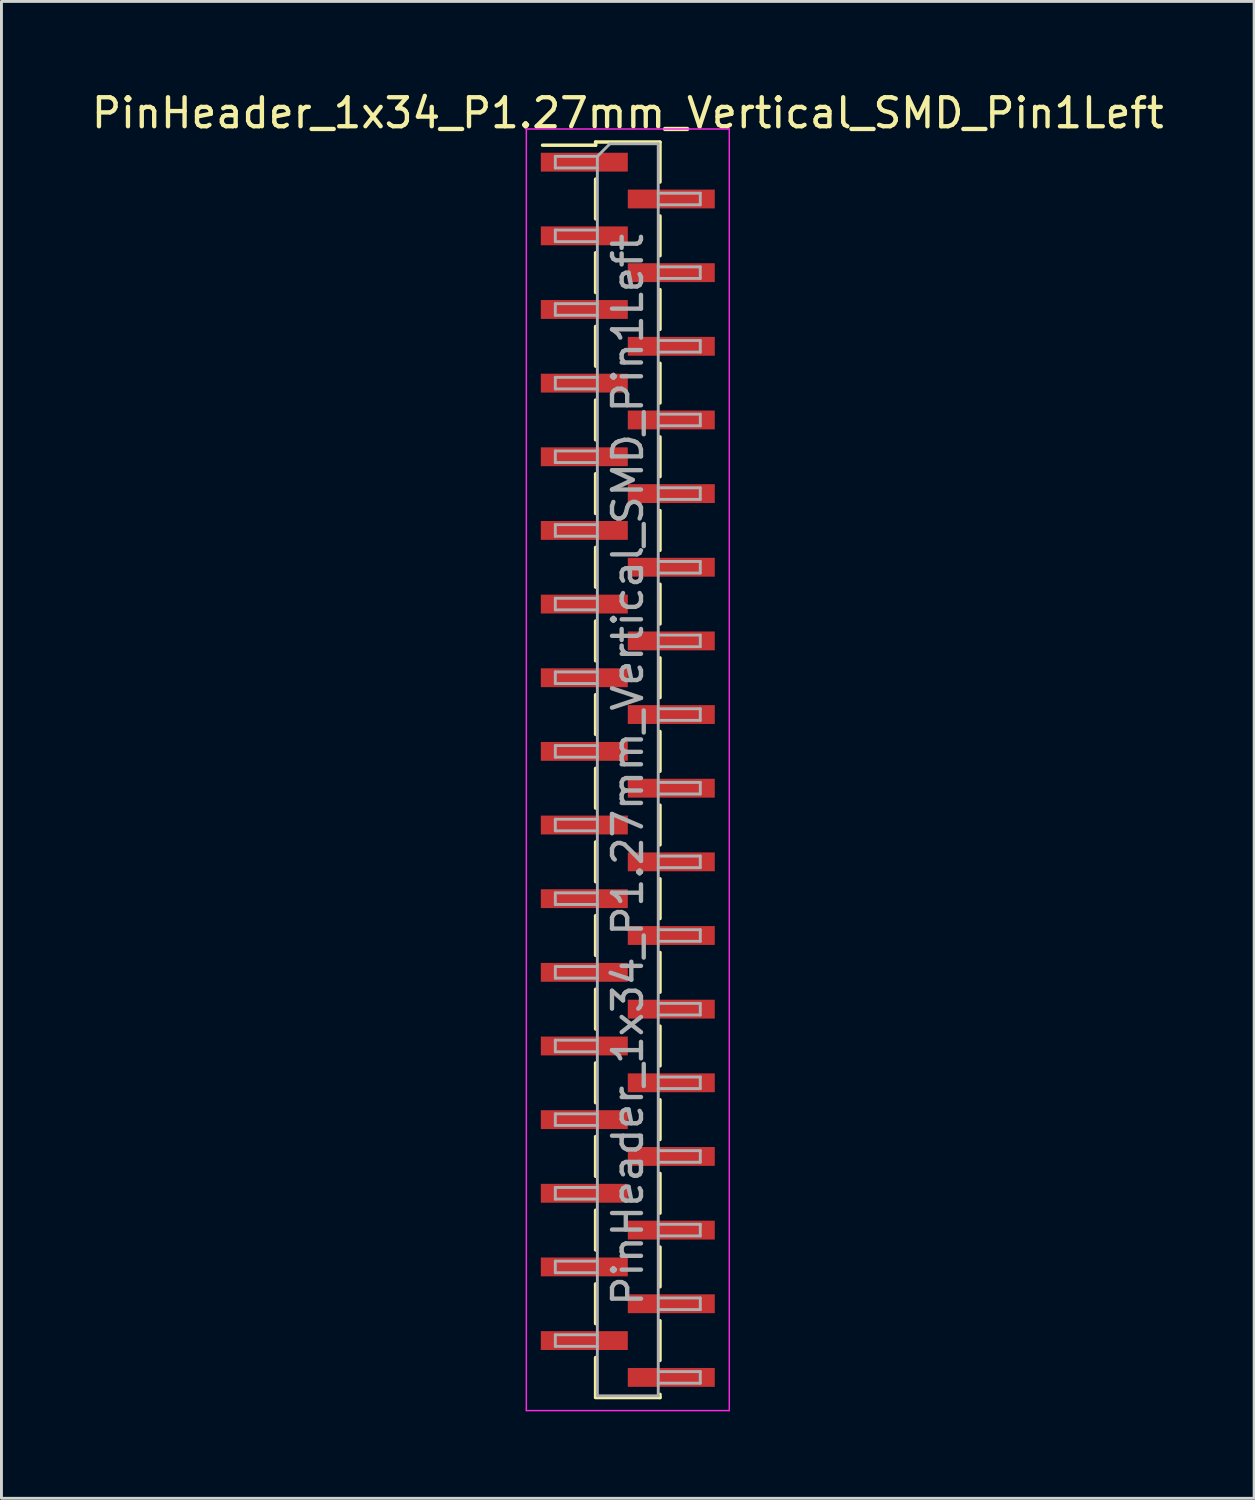
<source format=kicad_pcb>
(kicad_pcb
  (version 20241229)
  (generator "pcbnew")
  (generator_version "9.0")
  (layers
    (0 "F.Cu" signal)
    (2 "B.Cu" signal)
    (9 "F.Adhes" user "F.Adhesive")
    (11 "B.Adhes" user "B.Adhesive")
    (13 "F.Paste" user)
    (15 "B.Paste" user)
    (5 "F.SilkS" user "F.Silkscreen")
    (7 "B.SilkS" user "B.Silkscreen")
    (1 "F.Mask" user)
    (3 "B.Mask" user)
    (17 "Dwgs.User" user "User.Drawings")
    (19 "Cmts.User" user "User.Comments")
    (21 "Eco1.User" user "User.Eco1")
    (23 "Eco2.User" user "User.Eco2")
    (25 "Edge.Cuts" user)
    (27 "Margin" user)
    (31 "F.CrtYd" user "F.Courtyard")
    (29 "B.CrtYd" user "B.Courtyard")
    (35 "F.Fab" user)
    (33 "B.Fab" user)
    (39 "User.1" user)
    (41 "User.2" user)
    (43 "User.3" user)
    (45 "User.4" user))
  (footprint "PinHeader_1x34_P1.27mm_Vertical_SMD_Pin1Left"
    (layer "F.Cu")
    (at 18.601 23.498)
    (property "Reference" "PinHeader_1x34_P1.27mm_Vertical_SMD_Pin1Left" (at 0 -22.65 0) (layer "F.SilkS") (effects (font (size 1 1) (thickness 0.15))))
    (attr smd)
    (fp_line (start -1.11 -21.65) (end -1.11 -21.54) (stroke (width 0.12) (type solid)) (layer "F.SilkS"))
    (fp_line (start -1.11 -21.65) (end 1.11 -21.65) (stroke (width 0.12) (type solid)) (layer "F.SilkS"))
    (fp_line (start -1.11 -21.54) (end -2.94 -21.54) (stroke (width 0.12) (type solid)) (layer "F.SilkS"))
    (fp_line (start -1.11 -20.37) (end -1.11 -19) (stroke (width 0.12) (type solid)) (layer "F.SilkS"))
    (fp_line (start -1.11 -17.83) (end -1.11 -16.46) (stroke (width 0.12) (type solid)) (layer "F.SilkS"))
    (fp_line (start -1.11 -15.29) (end -1.11 -13.92) (stroke (width 0.12) (type solid)) (layer "F.SilkS"))
    (fp_line (start -1.11 -12.75) (end -1.11 -11.38) (stroke (width 0.12) (type solid)) (layer "F.SilkS"))
    (fp_line (start -1.11 -10.21) (end -1.11 -8.84) (stroke (width 0.12) (type solid)) (layer "F.SilkS"))
    (fp_line (start -1.11 -7.67) (end -1.11 -6.3) (stroke (width 0.12) (type solid)) (layer "F.SilkS"))
    (fp_line (start -1.11 -5.13) (end -1.11 -3.76) (stroke (width 0.12) (type solid)) (layer "F.SilkS"))
    (fp_line (start -1.11 -2.59) (end -1.11 -1.22) (stroke (width 0.12) (type solid)) (layer "F.SilkS"))
    (fp_line (start -1.11 -0.05) (end -1.11 1.32) (stroke (width 0.12) (type solid)) (layer "F.SilkS"))
    (fp_line (start -1.11 2.49) (end -1.11 3.86) (stroke (width 0.12) (type solid)) (layer "F.SilkS"))
    (fp_line (start -1.11 5.03) (end -1.11 6.4) (stroke (width 0.12) (type solid)) (layer "F.SilkS"))
    (fp_line (start -1.11 7.57) (end -1.11 8.94) (stroke (width 0.12) (type solid)) (layer "F.SilkS"))
    (fp_line (start -1.11 10.11) (end -1.11 11.48) (stroke (width 0.12) (type solid)) (layer "F.SilkS"))
    (fp_line (start -1.11 12.65) (end -1.11 14.02) (stroke (width 0.12) (type solid)) (layer "F.SilkS"))
    (fp_line (start -1.11 15.19) (end -1.11 16.56) (stroke (width 0.12) (type solid)) (layer "F.SilkS"))
    (fp_line (start -1.11 17.73) (end -1.11 19.1) (stroke (width 0.12) (type solid)) (layer "F.SilkS"))
    (fp_line (start -1.11 20.27) (end -1.11 21.64) (stroke (width 0.12) (type solid)) (layer "F.SilkS"))
    (fp_line (start -1.11 21.65) (end 1.11 21.65) (stroke (width 0.12) (type solid)) (layer "F.SilkS"))
    (fp_line (start 1.11 -21.64) (end 1.11 -20.27) (stroke (width 0.12) (type solid)) (layer "F.SilkS"))
    (fp_line (start 1.11 -19.1) (end 1.11 -17.73) (stroke (width 0.12) (type solid)) (layer "F.SilkS"))
    (fp_line (start 1.11 -16.56) (end 1.11 -15.19) (stroke (width 0.12) (type solid)) (layer "F.SilkS"))
    (fp_line (start 1.11 -14.02) (end 1.11 -12.65) (stroke (width 0.12) (type solid)) (layer "F.SilkS"))
    (fp_line (start 1.11 -11.48) (end 1.11 -10.11) (stroke (width 0.12) (type solid)) (layer "F.SilkS"))
    (fp_line (start 1.11 -8.94) (end 1.11 -7.57) (stroke (width 0.12) (type solid)) (layer "F.SilkS"))
    (fp_line (start 1.11 -6.4) (end 1.11 -5.03) (stroke (width 0.12) (type solid)) (layer "F.SilkS"))
    (fp_line (start 1.11 -3.86) (end 1.11 -2.49) (stroke (width 0.12) (type solid)) (layer "F.SilkS"))
    (fp_line (start 1.11 -1.32) (end 1.11 0.05) (stroke (width 0.12) (type solid)) (layer "F.SilkS"))
    (fp_line (start 1.11 1.22) (end 1.11 2.59) (stroke (width 0.12) (type solid)) (layer "F.SilkS"))
    (fp_line (start 1.11 3.76) (end 1.11 5.13) (stroke (width 0.12) (type solid)) (layer "F.SilkS"))
    (fp_line (start 1.11 6.3) (end 1.11 7.67) (stroke (width 0.12) (type solid)) (layer "F.SilkS"))
    (fp_line (start 1.11 8.84) (end 1.11 10.21) (stroke (width 0.12) (type solid)) (layer "F.SilkS"))
    (fp_line (start 1.11 11.38) (end 1.11 12.75) (stroke (width 0.12) (type solid)) (layer "F.SilkS"))
    (fp_line (start 1.11 13.92) (end 1.11 15.29) (stroke (width 0.12) (type solid)) (layer "F.SilkS"))
    (fp_line (start 1.11 16.46) (end 1.11 17.83) (stroke (width 0.12) (type solid)) (layer "F.SilkS"))
    (fp_line (start 1.11 19) (end 1.11 20.37) (stroke (width 0.12) (type solid)) (layer "F.SilkS"))
    (fp_line (start 1.11 21.54) (end 1.11 21.65) (stroke (width 0.12) (type solid)) (layer "F.SilkS"))
    (fp_line (start -3.5 -22.1) (end -3.5 22.1) (stroke (width 0.05) (type solid)) (layer "F.CrtYd"))
    (fp_line (start -3.5 22.1) (end 3.5 22.1) (stroke (width 0.05) (type solid)) (layer "F.CrtYd"))
    (fp_line (start 3.5 -22.1) (end -3.5 -22.1) (stroke (width 0.05) (type solid)) (layer "F.CrtYd"))
    (fp_line (start 3.5 22.1) (end 3.5 -22.1) (stroke (width 0.05) (type solid)) (layer "F.CrtYd"))
    (fp_line (start -2.5 -21.155) (end -2.5 -20.755) (stroke (width 0.1) (type solid)) (layer "F.Fab"))
    (fp_line (start -2.5 -20.755) (end -1.05 -20.755) (stroke (width 0.1) (type solid)) (layer "F.Fab"))
    (fp_line (start -2.5 -18.615) (end -2.5 -18.215) (stroke (width 0.1) (type solid)) (layer "F.Fab"))
    (fp_line (start -2.5 -18.215) (end -1.05 -18.215) (stroke (width 0.1) (type solid)) (layer "F.Fab"))
    (fp_line (start -2.5 -16.075) (end -2.5 -15.675) (stroke (width 0.1) (type solid)) (layer "F.Fab"))
    (fp_line (start -2.5 -15.675) (end -1.05 -15.675) (stroke (width 0.1) (type solid)) (layer "F.Fab"))
    (fp_line (start -2.5 -13.535) (end -2.5 -13.135) (stroke (width 0.1) (type solid)) (layer "F.Fab"))
    (fp_line (start -2.5 -13.135) (end -1.05 -13.135) (stroke (width 0.1) (type solid)) (layer "F.Fab"))
    (fp_line (start -2.5 -10.995) (end -2.5 -10.595) (stroke (width 0.1) (type solid)) (layer "F.Fab"))
    (fp_line (start -2.5 -10.595) (end -1.05 -10.595) (stroke (width 0.1) (type solid)) (layer "F.Fab"))
    (fp_line (start -2.5 -8.455) (end -2.5 -8.055) (stroke (width 0.1) (type solid)) (layer "F.Fab"))
    (fp_line (start -2.5 -8.055) (end -1.05 -8.055) (stroke (width 0.1) (type solid)) (layer "F.Fab"))
    (fp_line (start -2.5 -5.915) (end -2.5 -5.515) (stroke (width 0.1) (type solid)) (layer "F.Fab"))
    (fp_line (start -2.5 -5.515) (end -1.05 -5.515) (stroke (width 0.1) (type solid)) (layer "F.Fab"))
    (fp_line (start -2.5 -3.375) (end -2.5 -2.975) (stroke (width 0.1) (type solid)) (layer "F.Fab"))
    (fp_line (start -2.5 -2.975) (end -1.05 -2.975) (stroke (width 0.1) (type solid)) (layer "F.Fab"))
    (fp_line (start -2.5 -0.835) (end -2.5 -0.435) (stroke (width 0.1) (type solid)) (layer "F.Fab"))
    (fp_line (start -2.5 -0.435) (end -1.05 -0.435) (stroke (width 0.1) (type solid)) (layer "F.Fab"))
    (fp_line (start -2.5 1.705) (end -2.5 2.105) (stroke (width 0.1) (type solid)) (layer "F.Fab"))
    (fp_line (start -2.5 2.105) (end -1.05 2.105) (stroke (width 0.1) (type solid)) (layer "F.Fab"))
    (fp_line (start -2.5 4.245) (end -2.5 4.645) (stroke (width 0.1) (type solid)) (layer "F.Fab"))
    (fp_line (start -2.5 4.645) (end -1.05 4.645) (stroke (width 0.1) (type solid)) (layer "F.Fab"))
    (fp_line (start -2.5 6.785) (end -2.5 7.185) (stroke (width 0.1) (type solid)) (layer "F.Fab"))
    (fp_line (start -2.5 7.185) (end -1.05 7.185) (stroke (width 0.1) (type solid)) (layer "F.Fab"))
    (fp_line (start -2.5 9.325) (end -2.5 9.725) (stroke (width 0.1) (type solid)) (layer "F.Fab"))
    (fp_line (start -2.5 9.725) (end -1.05 9.725) (stroke (width 0.1) (type solid)) (layer "F.Fab"))
    (fp_line (start -2.5 11.865) (end -2.5 12.265) (stroke (width 0.1) (type solid)) (layer "F.Fab"))
    (fp_line (start -2.5 12.265) (end -1.05 12.265) (stroke (width 0.1) (type solid)) (layer "F.Fab"))
    (fp_line (start -2.5 14.405) (end -2.5 14.805) (stroke (width 0.1) (type solid)) (layer "F.Fab"))
    (fp_line (start -2.5 14.805) (end -1.05 14.805) (stroke (width 0.1) (type solid)) (layer "F.Fab"))
    (fp_line (start -2.5 16.945) (end -2.5 17.345) (stroke (width 0.1) (type solid)) (layer "F.Fab"))
    (fp_line (start -2.5 17.345) (end -1.05 17.345) (stroke (width 0.1) (type solid)) (layer "F.Fab"))
    (fp_line (start -2.5 19.485) (end -2.5 19.885) (stroke (width 0.1) (type solid)) (layer "F.Fab"))
    (fp_line (start -2.5 19.885) (end -1.05 19.885) (stroke (width 0.1) (type solid)) (layer "F.Fab"))
    (fp_line (start -1.05 -21.155) (end -2.5 -21.155) (stroke (width 0.1) (type solid)) (layer "F.Fab"))
    (fp_line (start -1.05 -21.155) (end -0.615 -21.59) (stroke (width 0.1) (type solid)) (layer "F.Fab"))
    (fp_line (start -1.05 -18.615) (end -2.5 -18.615) (stroke (width 0.1) (type solid)) (layer "F.Fab"))
    (fp_line (start -1.05 -16.075) (end -2.5 -16.075) (stroke (width 0.1) (type solid)) (layer "F.Fab"))
    (fp_line (start -1.05 -13.535) (end -2.5 -13.535) (stroke (width 0.1) (type solid)) (layer "F.Fab"))
    (fp_line (start -1.05 -10.995) (end -2.5 -10.995) (stroke (width 0.1) (type solid)) (layer "F.Fab"))
    (fp_line (start -1.05 -8.455) (end -2.5 -8.455) (stroke (width 0.1) (type solid)) (layer "F.Fab"))
    (fp_line (start -1.05 -5.915) (end -2.5 -5.915) (stroke (width 0.1) (type solid)) (layer "F.Fab"))
    (fp_line (start -1.05 -3.375) (end -2.5 -3.375) (stroke (width 0.1) (type solid)) (layer "F.Fab"))
    (fp_line (start -1.05 -0.835) (end -2.5 -0.835) (stroke (width 0.1) (type solid)) (layer "F.Fab"))
    (fp_line (start -1.05 1.705) (end -2.5 1.705) (stroke (width 0.1) (type solid)) (layer "F.Fab"))
    (fp_line (start -1.05 4.245) (end -2.5 4.245) (stroke (width 0.1) (type solid)) (layer "F.Fab"))
    (fp_line (start -1.05 6.785) (end -2.5 6.785) (stroke (width 0.1) (type solid)) (layer "F.Fab"))
    (fp_line (start -1.05 9.325) (end -2.5 9.325) (stroke (width 0.1) (type solid)) (layer "F.Fab"))
    (fp_line (start -1.05 11.865) (end -2.5 11.865) (stroke (width 0.1) (type solid)) (layer "F.Fab"))
    (fp_line (start -1.05 14.405) (end -2.5 14.405) (stroke (width 0.1) (type solid)) (layer "F.Fab"))
    (fp_line (start -1.05 16.945) (end -2.5 16.945) (stroke (width 0.1) (type solid)) (layer "F.Fab"))
    (fp_line (start -1.05 19.485) (end -2.5 19.485) (stroke (width 0.1) (type solid)) (layer "F.Fab"))
    (fp_line (start -1.05 21.59) (end -1.05 -21.155) (stroke (width 0.1) (type solid)) (layer "F.Fab"))
    (fp_line (start -0.615 -21.59) (end 1.05 -21.59) (stroke (width 0.1) (type solid)) (layer "F.Fab"))
    (fp_line (start 1.05 -21.59) (end 1.05 21.59) (stroke (width 0.1) (type solid)) (layer "F.Fab"))
    (fp_line (start 1.05 -19.885) (end 2.5 -19.885) (stroke (width 0.1) (type solid)) (layer "F.Fab"))
    (fp_line (start 1.05 -17.345) (end 2.5 -17.345) (stroke (width 0.1) (type solid)) (layer "F.Fab"))
    (fp_line (start 1.05 -14.805) (end 2.5 -14.805) (stroke (width 0.1) (type solid)) (layer "F.Fab"))
    (fp_line (start 1.05 -12.265) (end 2.5 -12.265) (stroke (width 0.1) (type solid)) (layer "F.Fab"))
    (fp_line (start 1.05 -9.725) (end 2.5 -9.725) (stroke (width 0.1) (type solid)) (layer "F.Fab"))
    (fp_line (start 1.05 -7.185) (end 2.5 -7.185) (stroke (width 0.1) (type solid)) (layer "F.Fab"))
    (fp_line (start 1.05 -4.645) (end 2.5 -4.645) (stroke (width 0.1) (type solid)) (layer "F.Fab"))
    (fp_line (start 1.05 -2.105) (end 2.5 -2.105) (stroke (width 0.1) (type solid)) (layer "F.Fab"))
    (fp_line (start 1.05 0.435) (end 2.5 0.435) (stroke (width 0.1) (type solid)) (layer "F.Fab"))
    (fp_line (start 1.05 2.975) (end 2.5 2.975) (stroke (width 0.1) (type solid)) (layer "F.Fab"))
    (fp_line (start 1.05 5.515) (end 2.5 5.515) (stroke (width 0.1) (type solid)) (layer "F.Fab"))
    (fp_line (start 1.05 8.055) (end 2.5 8.055) (stroke (width 0.1) (type solid)) (layer "F.Fab"))
    (fp_line (start 1.05 10.595) (end 2.5 10.595) (stroke (width 0.1) (type solid)) (layer "F.Fab"))
    (fp_line (start 1.05 13.135) (end 2.5 13.135) (stroke (width 0.1) (type solid)) (layer "F.Fab"))
    (fp_line (start 1.05 15.675) (end 2.5 15.675) (stroke (width 0.1) (type solid)) (layer "F.Fab"))
    (fp_line (start 1.05 18.215) (end 2.5 18.215) (stroke (width 0.1) (type solid)) (layer "F.Fab"))
    (fp_line (start 1.05 20.755) (end 2.5 20.755) (stroke (width 0.1) (type solid)) (layer "F.Fab"))
    (fp_line (start 1.05 21.59) (end -1.05 21.59) (stroke (width 0.1) (type solid)) (layer "F.Fab"))
    (fp_line (start 2.5 -19.885) (end 2.5 -19.485) (stroke (width 0.1) (type solid)) (layer "F.Fab"))
    (fp_line (start 2.5 -19.485) (end 1.05 -19.485) (stroke (width 0.1) (type solid)) (layer "F.Fab"))
    (fp_line (start 2.5 -17.345) (end 2.5 -16.945) (stroke (width 0.1) (type solid)) (layer "F.Fab"))
    (fp_line (start 2.5 -16.945) (end 1.05 -16.945) (stroke (width 0.1) (type solid)) (layer "F.Fab"))
    (fp_line (start 2.5 -14.805) (end 2.5 -14.405) (stroke (width 0.1) (type solid)) (layer "F.Fab"))
    (fp_line (start 2.5 -14.405) (end 1.05 -14.405) (stroke (width 0.1) (type solid)) (layer "F.Fab"))
    (fp_line (start 2.5 -12.265) (end 2.5 -11.865) (stroke (width 0.1) (type solid)) (layer "F.Fab"))
    (fp_line (start 2.5 -11.865) (end 1.05 -11.865) (stroke (width 0.1) (type solid)) (layer "F.Fab"))
    (fp_line (start 2.5 -9.725) (end 2.5 -9.325) (stroke (width 0.1) (type solid)) (layer "F.Fab"))
    (fp_line (start 2.5 -9.325) (end 1.05 -9.325) (stroke (width 0.1) (type solid)) (layer "F.Fab"))
    (fp_line (start 2.5 -7.185) (end 2.5 -6.785) (stroke (width 0.1) (type solid)) (layer "F.Fab"))
    (fp_line (start 2.5 -6.785) (end 1.05 -6.785) (stroke (width 0.1) (type solid)) (layer "F.Fab"))
    (fp_line (start 2.5 -4.645) (end 2.5 -4.245) (stroke (width 0.1) (type solid)) (layer "F.Fab"))
    (fp_line (start 2.5 -4.245) (end 1.05 -4.245) (stroke (width 0.1) (type solid)) (layer "F.Fab"))
    (fp_line (start 2.5 -2.105) (end 2.5 -1.705) (stroke (width 0.1) (type solid)) (layer "F.Fab"))
    (fp_line (start 2.5 -1.705) (end 1.05 -1.705) (stroke (width 0.1) (type solid)) (layer "F.Fab"))
    (fp_line (start 2.5 0.435) (end 2.5 0.835) (stroke (width 0.1) (type solid)) (layer "F.Fab"))
    (fp_line (start 2.5 0.835) (end 1.05 0.835) (stroke (width 0.1) (type solid)) (layer "F.Fab"))
    (fp_line (start 2.5 2.975) (end 2.5 3.375) (stroke (width 0.1) (type solid)) (layer "F.Fab"))
    (fp_line (start 2.5 3.375) (end 1.05 3.375) (stroke (width 0.1) (type solid)) (layer "F.Fab"))
    (fp_line (start 2.5 5.515) (end 2.5 5.915) (stroke (width 0.1) (type solid)) (layer "F.Fab"))
    (fp_line (start 2.5 5.915) (end 1.05 5.915) (stroke (width 0.1) (type solid)) (layer "F.Fab"))
    (fp_line (start 2.5 8.055) (end 2.5 8.455) (stroke (width 0.1) (type solid)) (layer "F.Fab"))
    (fp_line (start 2.5 8.455) (end 1.05 8.455) (stroke (width 0.1) (type solid)) (layer "F.Fab"))
    (fp_line (start 2.5 10.595) (end 2.5 10.995) (stroke (width 0.1) (type solid)) (layer "F.Fab"))
    (fp_line (start 2.5 10.995) (end 1.05 10.995) (stroke (width 0.1) (type solid)) (layer "F.Fab"))
    (fp_line (start 2.5 13.135) (end 2.5 13.535) (stroke (width 0.1) (type solid)) (layer "F.Fab"))
    (fp_line (start 2.5 13.535) (end 1.05 13.535) (stroke (width 0.1) (type solid)) (layer "F.Fab"))
    (fp_line (start 2.5 15.675) (end 2.5 16.075) (stroke (width 0.1) (type solid)) (layer "F.Fab"))
    (fp_line (start 2.5 16.075) (end 1.05 16.075) (stroke (width 0.1) (type solid)) (layer "F.Fab"))
    (fp_line (start 2.5 18.215) (end 2.5 18.615) (stroke (width 0.1) (type solid)) (layer "F.Fab"))
    (fp_line (start 2.5 18.615) (end 1.05 18.615) (stroke (width 0.1) (type solid)) (layer "F.Fab"))
    (fp_line (start 2.5 20.755) (end 2.5 21.155) (stroke (width 0.1) (type solid)) (layer "F.Fab"))
    (fp_line (start 2.5 21.155) (end 1.05 21.155) (stroke (width 0.1) (type solid)) (layer "F.Fab"))
    (fp_text user "${REFERENCE}" (at 0 0 90) (layer "F.Fab") (effects (font (size 1 1) (thickness 0.15))))
    (pad "1" smd rect (at -1.5 -20.955) (size 3 0.65) (layers "F.Cu" "F.Mask" "F.Paste"))
    (pad "2" smd rect (at 1.5 -19.685) (size 3 0.65) (layers "F.Cu" "F.Mask" "F.Paste"))
    (pad "3" smd rect (at -1.5 -18.415) (size 3 0.65) (layers "F.Cu" "F.Mask" "F.Paste"))
    (pad "4" smd rect (at 1.5 -17.145) (size 3 0.65) (layers "F.Cu" "F.Mask" "F.Paste"))
    (pad "5" smd rect (at -1.5 -15.875) (size 3 0.65) (layers "F.Cu" "F.Mask" "F.Paste"))
    (pad "6" smd rect (at 1.5 -14.605) (size 3 0.65) (layers "F.Cu" "F.Mask" "F.Paste"))
    (pad "7" smd rect (at -1.5 -13.335) (size 3 0.65) (layers "F.Cu" "F.Mask" "F.Paste"))
    (pad "8" smd rect (at 1.5 -12.065) (size 3 0.65) (layers "F.Cu" "F.Mask" "F.Paste"))
    (pad "9" smd rect (at -1.5 -10.795) (size 3 0.65) (layers "F.Cu" "F.Mask" "F.Paste"))
    (pad "10" smd rect (at 1.5 -9.525) (size 3 0.65) (layers "F.Cu" "F.Mask" "F.Paste"))
    (pad "11" smd rect (at -1.5 -8.255) (size 3 0.65) (layers "F.Cu" "F.Mask" "F.Paste"))
    (pad "12" smd rect (at 1.5 -6.985) (size 3 0.65) (layers "F.Cu" "F.Mask" "F.Paste"))
    (pad "13" smd rect (at -1.5 -5.715) (size 3 0.65) (layers "F.Cu" "F.Mask" "F.Paste"))
    (pad "14" smd rect (at 1.5 -4.445) (size 3 0.65) (layers "F.Cu" "F.Mask" "F.Paste"))
    (pad "15" smd rect (at -1.5 -3.175) (size 3 0.65) (layers "F.Cu" "F.Mask" "F.Paste"))
    (pad "16" smd rect (at 1.5 -1.905) (size 3 0.65) (layers "F.Cu" "F.Mask" "F.Paste"))
    (pad "17" smd rect (at -1.5 -0.635) (size 3 0.65) (layers "F.Cu" "F.Mask" "F.Paste"))
    (pad "18" smd rect (at 1.5 0.635) (size 3 0.65) (layers "F.Cu" "F.Mask" "F.Paste"))
    (pad "19" smd rect (at -1.5 1.905) (size 3 0.65) (layers "F.Cu" "F.Mask" "F.Paste"))
    (pad "20" smd rect (at 1.5 3.175) (size 3 0.65) (layers "F.Cu" "F.Mask" "F.Paste"))
    (pad "21" smd rect (at -1.5 4.445) (size 3 0.65) (layers "F.Cu" "F.Mask" "F.Paste"))
    (pad "22" smd rect (at 1.5 5.715) (size 3 0.65) (layers "F.Cu" "F.Mask" "F.Paste"))
    (pad "23" smd rect (at -1.5 6.985) (size 3 0.65) (layers "F.Cu" "F.Mask" "F.Paste"))
    (pad "24" smd rect (at 1.5 8.255) (size 3 0.65) (layers "F.Cu" "F.Mask" "F.Paste"))
    (pad "25" smd rect (at -1.5 9.525) (size 3 0.65) (layers "F.Cu" "F.Mask" "F.Paste"))
    (pad "26" smd rect (at 1.5 10.795) (size 3 0.65) (layers "F.Cu" "F.Mask" "F.Paste"))
    (pad "27" smd rect (at -1.5 12.065) (size 3 0.65) (layers "F.Cu" "F.Mask" "F.Paste"))
    (pad "28" smd rect (at 1.5 13.335) (size 3 0.65) (layers "F.Cu" "F.Mask" "F.Paste"))
    (pad "29" smd rect (at -1.5 14.605) (size 3 0.65) (layers "F.Cu" "F.Mask" "F.Paste"))
    (pad "30" smd rect (at 1.5 15.875) (size 3 0.65) (layers "F.Cu" "F.Mask" "F.Paste"))
    (pad "31" smd rect (at -1.5 17.145) (size 3 0.65) (layers "F.Cu" "F.Mask" "F.Paste"))
    (pad "32" smd rect (at 1.5 18.415) (size 3 0.65) (layers "F.Cu" "F.Mask" "F.Paste"))
    (pad "33" smd rect (at -1.5 19.685) (size 3 0.65) (layers "F.Cu" "F.Mask" "F.Paste"))
    (pad "34" smd rect (at 1.5 20.955) (size 3 0.65) (layers "F.Cu" "F.Mask" "F.Paste")))
  (gr_rect
    (start -3 -3)
    (end 40.202 48.623)
    (stroke (width 0.1) (type default))
    (fill no)
    (layer "Edge.Cuts")))
</source>
